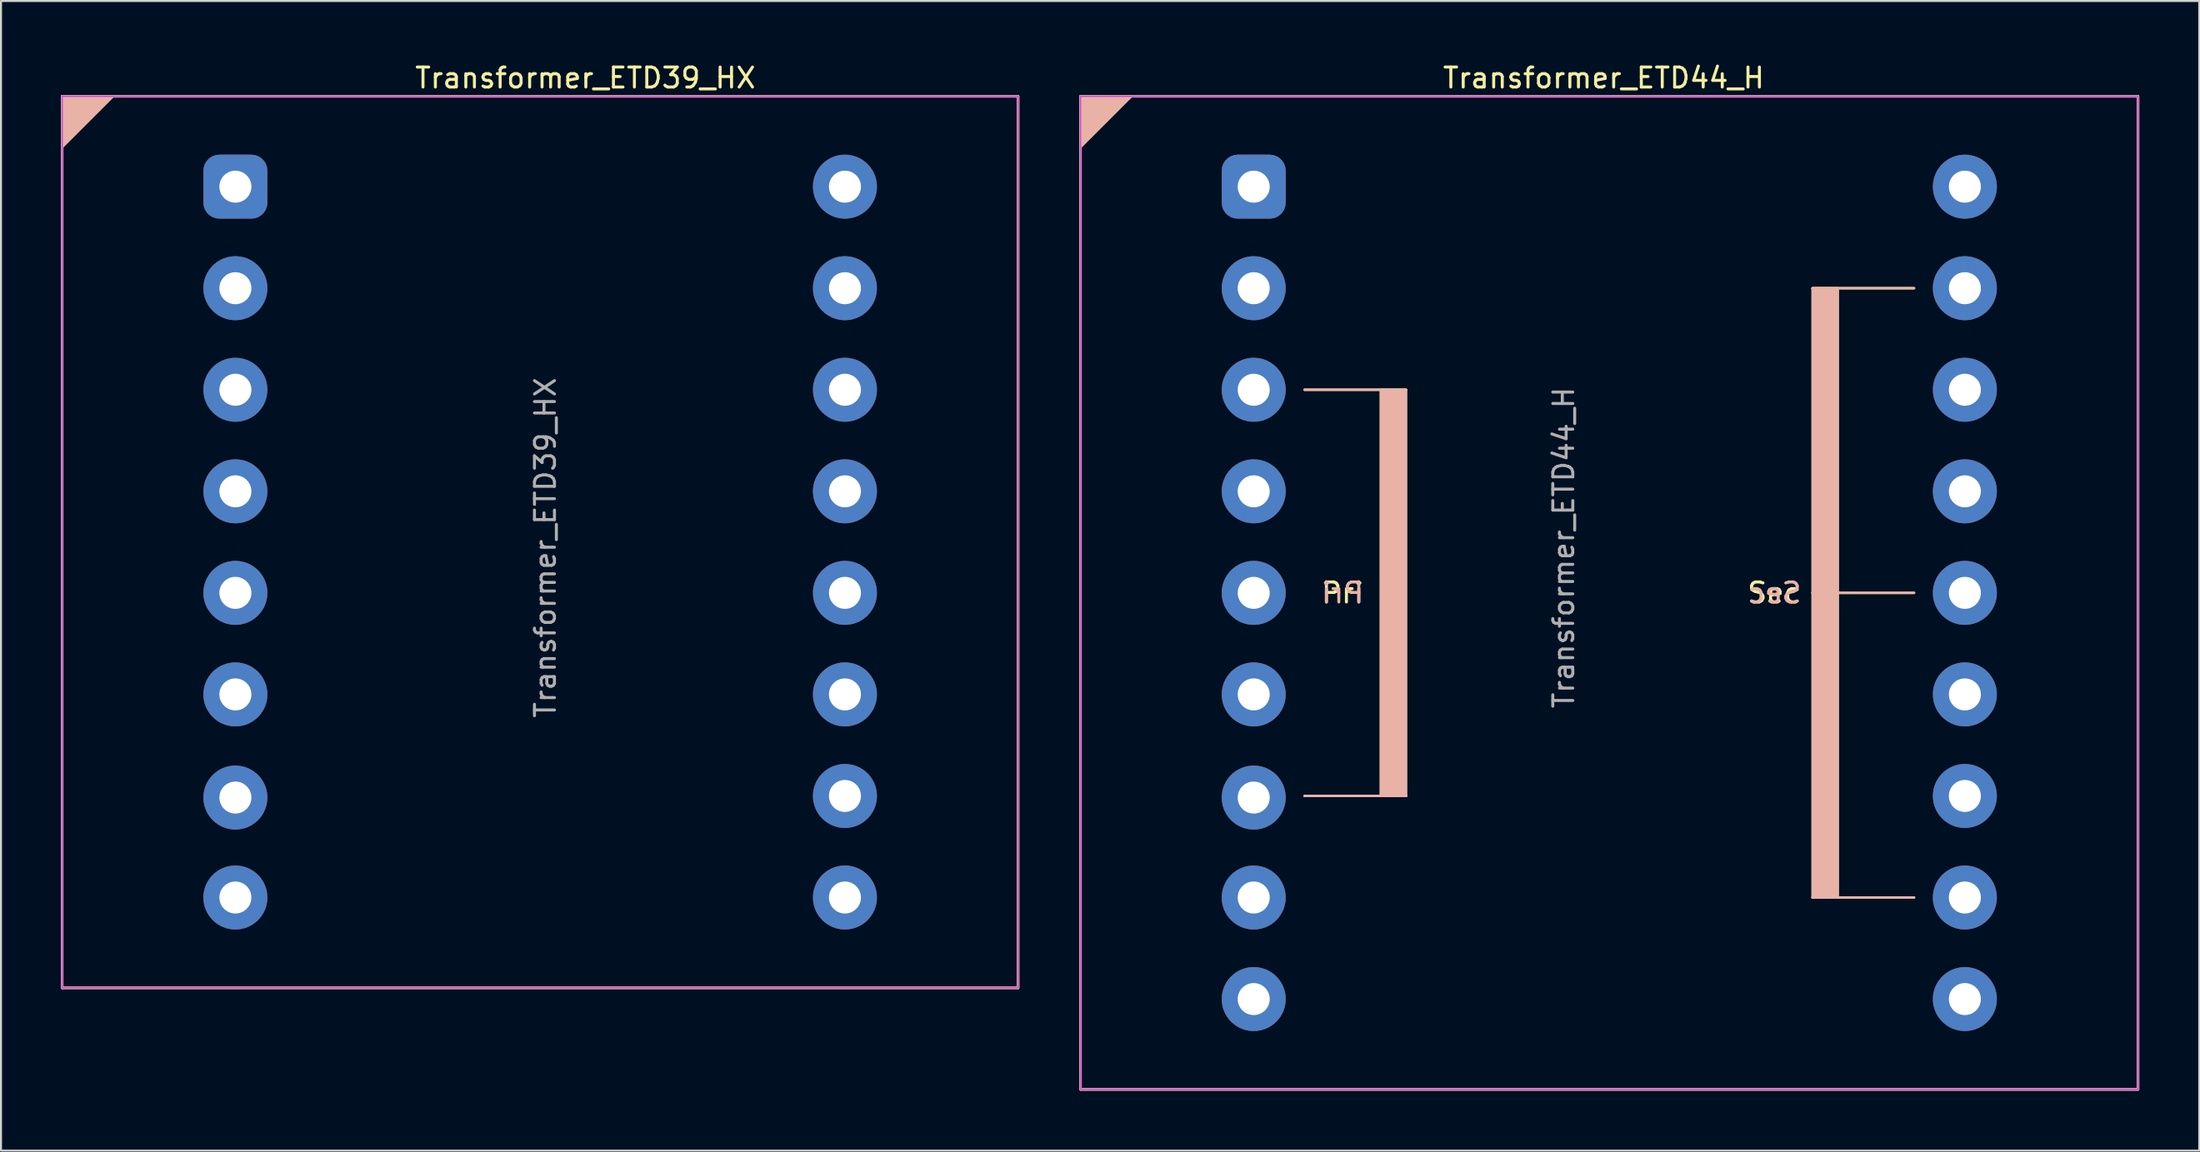
<source format=kicad_pcb>
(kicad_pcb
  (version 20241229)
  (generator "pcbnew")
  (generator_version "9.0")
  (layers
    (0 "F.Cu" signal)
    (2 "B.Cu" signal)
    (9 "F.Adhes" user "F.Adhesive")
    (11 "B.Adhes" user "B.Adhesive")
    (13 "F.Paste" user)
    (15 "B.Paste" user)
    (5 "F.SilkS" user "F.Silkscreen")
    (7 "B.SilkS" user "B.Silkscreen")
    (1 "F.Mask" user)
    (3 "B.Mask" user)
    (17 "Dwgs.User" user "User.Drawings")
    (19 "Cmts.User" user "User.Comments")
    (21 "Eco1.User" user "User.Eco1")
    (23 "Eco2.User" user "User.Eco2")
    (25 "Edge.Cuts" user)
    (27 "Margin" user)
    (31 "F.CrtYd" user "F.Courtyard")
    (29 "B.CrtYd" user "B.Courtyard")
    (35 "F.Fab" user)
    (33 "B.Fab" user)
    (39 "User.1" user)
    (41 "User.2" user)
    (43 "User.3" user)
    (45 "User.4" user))
  (footprint "Transformer_ETD44_H"
    (layer "F.Cu")
    (at 77.42 26.608)
    (property "Reference" "Transformer_ETD44_H" (at -0.28 -25.76 0) (layer "F.SilkS") (effects (font (size 1 1) (thickness 0.15))))
    (attr through_hole)
    (fp_line (start -26.44 -24.84) (end -26.44 24.84) (stroke (width 0.12) (type solid)) (layer "F.SilkS"))
    (fp_line (start -26.44 -24.84) (end 26.44 -24.84) (stroke (width 0.12) (type solid)) (layer "F.SilkS"))
    (fp_line (start -15.24 -10.16) (end -10.16 -10.16) (stroke (width 0.12) (type solid)) (layer "F.SilkS"))
    (fp_line (start -10.16 10.16) (end -15.24 10.16) (stroke (width 0.12) (type solid)) (layer "F.SilkS"))
    (fp_line (start 10.16 -15.24) (end 15.24 -15.24) (stroke (width 0.12) (type solid)) (layer "F.SilkS"))
    (fp_line (start 10.16 0) (end 15.24 0) (stroke (width 0.12) (type solid)) (layer "F.SilkS"))
    (fp_line (start 10.16 15.24) (end 15.24 15.24) (stroke (width 0.12) (type solid)) (layer "F.SilkS"))
    (fp_line (start 26.44 24.84) (end -26.44 24.84) (stroke (width 0.12) (type solid)) (layer "F.SilkS"))
    (fp_line (start 26.44 24.84) (end 26.44 -24.84) (stroke (width 0.12) (type solid)) (layer "F.SilkS"))
    (fp_poly (pts (xy -26.44 -22.3) (xy -26.44 -24.84) (xy -23.9 -24.84)) (stroke (width 0.1) (type solid)) (fill yes) (layer "F.SilkS"))
    (fp_poly (pts (xy -10.16 10.16) (xy -11.43 10.16) (xy -11.43 -10.16) (xy -10.16 -10.16)) (stroke (width 0.1) (type solid)) (fill yes) (layer "F.SilkS"))
    (fp_poly (pts (xy 11.43 15.24) (xy 10.16 15.24) (xy 10.16 -15.24) (xy 11.43 -15.24)) (stroke (width 0.1) (type solid)) (fill yes) (layer "F.SilkS"))
    (fp_line (start -26.44 -24.84) (end 26.44 -24.84) (stroke (width 0.12) (type solid)) (layer "B.SilkS"))
    (fp_line (start -26.44 24.84) (end -26.44 -24.84) (stroke (width 0.12) (type solid)) (layer "B.SilkS"))
    (fp_line (start -15.24 10.16) (end -10.16 10.16) (stroke (width 0.12) (type solid)) (layer "B.SilkS"))
    (fp_line (start -10.16 -10.16) (end -15.24 -10.16) (stroke (width 0.12) (type solid)) (layer "B.SilkS"))
    (fp_line (start 10.16 -15.24) (end 15.24 -15.24) (stroke (width 0.12) (type solid)) (layer "B.SilkS"))
    (fp_line (start 10.16 0) (end 15.24 0) (stroke (width 0.12) (type solid)) (layer "B.SilkS"))
    (fp_line (start 10.16 15.24) (end 15.24 15.24) (stroke (width 0.12) (type solid)) (layer "B.SilkS"))
    (fp_line (start 26.44 -24.84) (end 26.44 24.84) (stroke (width 0.12) (type solid)) (layer "B.SilkS"))
    (fp_line (start 26.44 24.84) (end -26.44 24.84) (stroke (width 0.12) (type solid)) (layer "B.SilkS"))
    (fp_poly (pts (xy -23.9 -24.84) (xy -26.44 -24.84) (xy -26.44 -22.3)) (stroke (width 0.1) (type solid)) (fill yes) (layer "B.SilkS"))
    (fp_poly (pts (xy -10.16 -10.16) (xy -11.43 -10.16) (xy -11.43 10.16) (xy -10.16 10.16)) (stroke (width 0.1) (type solid)) (fill yes) (layer "B.SilkS"))
    (fp_poly (pts (xy 11.43 -15.24) (xy 10.16 -15.24) (xy 10.16 15.24) (xy 11.43 15.24)) (stroke (width 0.1) (type solid)) (fill yes) (layer "B.SilkS"))
    (fp_line (start -26.44 -24.84) (end -26.44 24.84) (stroke (width 0.05) (type solid)) (layer "F.CrtYd"))
    (fp_line (start -26.44 -24.84) (end 26.44 -24.84) (stroke (width 0.05) (type solid)) (layer "F.CrtYd"))
    (fp_line (start 26.44 24.84) (end -26.44 24.84) (stroke (width 0.05) (type solid)) (layer "F.CrtYd"))
    (fp_line (start 26.44 24.84) (end 26.44 -24.84) (stroke (width 0.05) (type solid)) (layer "F.CrtYd"))
    (fp_line (start -26.44 -24.84) (end -26.44 24.84) (stroke (width 0.1) (type solid)) (layer "F.Fab"))
    (fp_line (start -26.44 24.84) (end 26.44 24.84) (stroke (width 0.1) (type solid)) (layer "F.Fab"))
    (fp_line (start 26.44 -24.84) (end -26.44 -24.84) (stroke (width 0.1) (type solid)) (layer "F.Fab"))
    (fp_line (start 26.44 24.84) (end 26.44 -24.84) (stroke (width 0.1) (type solid)) (layer "F.Fab"))
    (fp_text user "Pri" (at -13.335 0 0) (layer "F.SilkS") (effects (font (size 1 1) (thickness 0.15))))
    (fp_text user "Sec" (at 8.255 0 0) (layer "F.SilkS") (effects (font (size 1 1) (thickness 0.15))))
    (fp_text user "Sec" (at 8.255 0 0) (layer "B.SilkS") (effects (font (size 1 1) (thickness 0.15)) (justify mirror)))
    (fp_text user "Pri" (at -13.335 0 0) (layer "B.SilkS") (effects (font (size 1 1) (thickness 0.15)) (justify mirror)))
    (fp_text user "${REFERENCE}" (at -2.28 -2.26 90) (layer "F.Fab") (effects (font (size 1 1) (thickness 0.15))))
    (pad "1" thru_hole roundrect (at -17.78 -20.32) (size 3.2 3.2) (drill 1.6) (layers "*.Cu" "*.Mask") (roundrect_rratio 0.25))
    (pad "2" thru_hole circle (at -17.78 -15.24) (size 3.2 3.2) (drill 1.6) (layers "*.Cu" "*.Mask"))
    (pad "3" thru_hole circle (at -17.78 -10.16) (size 3.2 3.2) (drill 1.6) (layers "*.Cu" "*.Mask"))
    (pad "4" thru_hole circle (at -17.78 -5.08) (size 3.2 3.2) (drill 1.6) (layers "*.Cu" "*.Mask"))
    (pad "5" thru_hole circle (at -17.78 0) (size 3.2 3.2) (drill 1.6) (layers "*.Cu" "*.Mask"))
    (pad "6" thru_hole circle (at -17.78 5.08) (size 3.2 3.2) (drill 1.6) (layers "*.Cu" "*.Mask"))
    (pad "7" thru_hole circle (at -17.78 10.24) (size 3.2 3.2) (drill 1.6) (layers "*.Cu" "*.Mask"))
    (pad "8" thru_hole circle (at -17.78 15.24) (size 3.2 3.2) (drill 1.6) (layers "*.Cu" "*.Mask"))
    (pad "9" thru_hole circle (at -17.78 20.32) (size 3.2 3.2) (drill 1.6) (layers "*.Cu" "*.Mask"))
    (pad "10" thru_hole circle (at 17.78 20.32) (size 3.2 3.2) (drill 1.6) (layers "*.Cu" "*.Mask"))
    (pad "11" thru_hole circle (at 17.78 15.24) (size 3.2 3.2) (drill 1.6) (layers "*.Cu" "*.Mask"))
    (pad "12" thru_hole circle (at 17.78 10.16) (size 3.2 3.2) (drill 1.6) (layers "*.Cu" "*.Mask"))
    (pad "13" thru_hole circle (at 17.78 5.08) (size 3.2 3.2) (drill 1.6) (layers "*.Cu" "*.Mask"))
    (pad "14" thru_hole circle (at 17.78 0) (size 3.2 3.2) (drill 1.6) (layers "*.Cu" "*.Mask"))
    (pad "15" thru_hole circle (at 17.78 -5.08) (size 3.2 3.2) (drill 1.6) (layers "*.Cu" "*.Mask"))
    (pad "16" thru_hole circle (at 17.78 -10.16) (size 3.2 3.2) (drill 1.6) (layers "*.Cu" "*.Mask"))
    (pad "17" thru_hole circle (at 17.78 -15.24) (size 3.2 3.2) (drill 1.6) (layers "*.Cu" "*.Mask"))
    (pad "18" thru_hole circle (at 17.78 -20.32) (size 3.2 3.2) (drill 1.6) (layers "*.Cu" "*.Mask")))
  (footprint "Transformer_ETD39_HX"
    (layer "F.Cu")
    (at 8.72 41.848)
    (property "Reference" "Transformer_ETD39_HX" (at 17.5 -41 0) (layer "F.SilkS") (effects (font (size 1 1) (thickness 0.15))))
    (attr through_hole)
    (fp_line (start -8.66 -40.08) (end -8.66 4.52) (stroke (width 0.12) (type solid)) (layer "F.SilkS"))
    (fp_line (start -8.66 -40.08) (end 39.14 -40.08) (stroke (width 0.12) (type solid)) (layer "F.SilkS"))
    (fp_line (start 39.14 4.52) (end -8.66 4.52) (stroke (width 0.12) (type solid)) (layer "F.SilkS"))
    (fp_line (start 39.14 4.52) (end 39.14 -40.08) (stroke (width 0.12) (type solid)) (layer "F.SilkS"))
    (fp_poly (pts (xy -8.66 -37.54) (xy -8.66 -40.08) (xy -6.12 -40.08)) (stroke (width 0.1) (type solid)) (fill yes) (layer "F.SilkS"))
    (fp_line (start -8.66 -40.08) (end 39.14 -40.08) (stroke (width 0.12) (type solid)) (layer "B.SilkS"))
    (fp_line (start -8.66 4.52) (end -8.66 -40.08) (stroke (width 0.12) (type solid)) (layer "B.SilkS"))
    (fp_line (start 39.14 -40.08) (end 39.14 4.52) (stroke (width 0.12) (type solid)) (layer "B.SilkS"))
    (fp_line (start 39.14 4.52) (end -8.66 4.52) (stroke (width 0.12) (type solid)) (layer "B.SilkS"))
    (fp_poly (pts (xy -6.12 -40.08) (xy -8.66 -40.08) (xy -8.66 -37.54)) (stroke (width 0.1) (type solid)) (fill yes) (layer "B.SilkS"))
    (fp_line (start -8.66 -40.08) (end -8.66 4.52) (stroke (width 0.05) (type solid)) (layer "F.CrtYd"))
    (fp_line (start -8.66 -40.08) (end 39.14 -40.08) (stroke (width 0.05) (type solid)) (layer "F.CrtYd"))
    (fp_line (start 39.14 4.52) (end -8.66 4.52) (stroke (width 0.05) (type solid)) (layer "F.CrtYd"))
    (fp_line (start 39.14 4.52) (end 39.14 -40.08) (stroke (width 0.05) (type solid)) (layer "F.CrtYd"))
    (fp_line (start -8.66 -40.08) (end -8.66 4.52) (stroke (width 0.1) (type solid)) (layer "F.Fab"))
    (fp_line (start -8.66 4.52) (end 39.14 4.52) (stroke (width 0.1) (type solid)) (layer "F.Fab"))
    (fp_line (start 39.14 -40.08) (end -8.66 -40.08) (stroke (width 0.1) (type solid)) (layer "F.Fab"))
    (fp_line (start 39.14 4.52) (end 39.14 -40.08) (stroke (width 0.1) (type solid)) (layer "F.Fab"))
    (fp_text user "${REFERENCE}" (at 15.5 -17.5 90) (layer "F.Fab") (effects (font (size 1 1) (thickness 0.15))))
    (pad "1" thru_hole roundrect (at 0 -35.56) (size 3.2 3.2) (drill 1.6) (layers "*.Cu" "*.Mask") (roundrect_rratio 0.25))
    (pad "2" thru_hole circle (at 0 -30.48) (size 3.2 3.2) (drill 1.6) (layers "*.Cu" "*.Mask"))
    (pad "3" thru_hole circle (at 0 -25.4) (size 3.2 3.2) (drill 1.6) (layers "*.Cu" "*.Mask"))
    (pad "4" thru_hole circle (at 0 -20.32) (size 3.2 3.2) (drill 1.6) (layers "*.Cu" "*.Mask"))
    (pad "5" thru_hole circle (at 0 -15.24) (size 3.2 3.2) (drill 1.6) (layers "*.Cu" "*.Mask"))
    (pad "6" thru_hole circle (at 0 -10.16) (size 3.2 3.2) (drill 1.6) (layers "*.Cu" "*.Mask"))
    (pad "7" thru_hole circle (at 0 -5) (size 3.2 3.2) (drill 1.6) (layers "*.Cu" "*.Mask"))
    (pad "8" thru_hole circle (at 0 0) (size 3.2 3.2) (drill 1.6) (layers "*.Cu" "*.Mask"))
    (pad "9" thru_hole circle (at 30.48 0) (size 3.2 3.2) (drill 1.6) (layers "*.Cu" "*.Mask"))
    (pad "10" thru_hole circle (at 30.48 -5.08) (size 3.2 3.2) (drill 1.6) (layers "*.Cu" "*.Mask"))
    (pad "11" thru_hole circle (at 30.48 -10.16) (size 3.2 3.2) (drill 1.6) (layers "*.Cu" "*.Mask"))
    (pad "12" thru_hole circle (at 30.48 -15.24) (size 3.2 3.2) (drill 1.6) (layers "*.Cu" "*.Mask"))
    (pad "13" thru_hole circle (at 30.48 -20.32) (size 3.2 3.2) (drill 1.6) (layers "*.Cu" "*.Mask"))
    (pad "14" thru_hole circle (at 30.48 -25.4) (size 3.2 3.2) (drill 1.6) (layers "*.Cu" "*.Mask"))
    (pad "15" thru_hole circle (at 30.48 -30.48) (size 3.2 3.2) (drill 1.6) (layers "*.Cu" "*.Mask"))
    (pad "16" thru_hole circle (at 30.48 -35.56) (size 3.2 3.2) (drill 1.6) (layers "*.Cu" "*.Mask")))
  (gr_rect
    (start -3 -3)
    (end 106.92 54.508)
    (stroke (width 0.1) (type default))
    (fill no)
    (layer "Edge.Cuts")))
</source>
